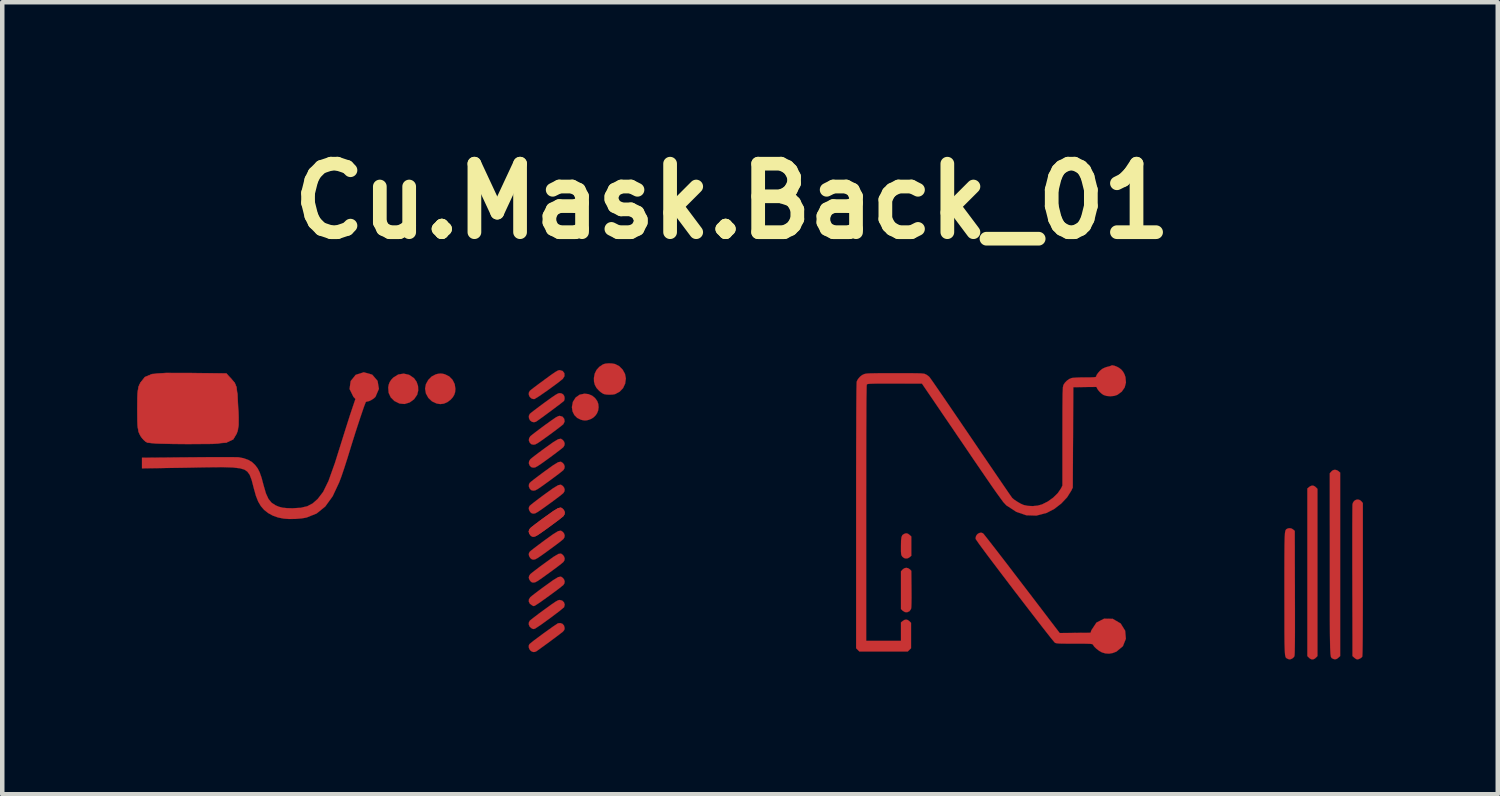
<source format=kicad_pcb>
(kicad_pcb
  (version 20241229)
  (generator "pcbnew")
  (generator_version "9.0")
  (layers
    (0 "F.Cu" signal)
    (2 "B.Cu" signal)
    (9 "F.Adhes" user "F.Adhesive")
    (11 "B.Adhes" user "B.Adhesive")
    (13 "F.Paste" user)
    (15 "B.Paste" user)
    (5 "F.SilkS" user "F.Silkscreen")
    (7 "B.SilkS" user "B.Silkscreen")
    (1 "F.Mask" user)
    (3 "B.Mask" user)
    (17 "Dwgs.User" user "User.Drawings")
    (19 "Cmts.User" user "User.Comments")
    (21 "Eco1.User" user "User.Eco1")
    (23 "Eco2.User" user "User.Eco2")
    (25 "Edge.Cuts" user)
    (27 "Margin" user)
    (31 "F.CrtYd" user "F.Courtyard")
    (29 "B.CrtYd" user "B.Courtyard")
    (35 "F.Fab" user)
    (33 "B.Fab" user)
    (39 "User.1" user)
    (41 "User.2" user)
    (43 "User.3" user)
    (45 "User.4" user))
  (footprint "Cu.Mask.Back_01"
    (layer "F.Cu")
    (at 13.239 8.048)
    (property "Reference" "Cu.Mask.Back_01" (at 0 -6.621 0) (layer "F.SilkS") (effects (font (size 1.524 1.524) (thickness 0.305))))
    (attr smd)
    (fp_poly (pts (xy -7.399 -2.119) (xy -7.513 -2.175) (xy -7.595 -2.256) (xy -7.642 -2.358) (xy -7.651 -2.476) (xy -7.64 -2.539) (xy -7.619 -2.595) (xy -7.585 -2.647) (xy -7.539 -2.696) (xy -7.429 -2.765) (xy -7.307 -2.785) (xy -7.186 -2.758) (xy -7.077 -2.684) (xy -7.02 -2.604) (xy -6.988 -2.51) (xy -6.983 -2.411) (xy -7.006 -2.316) (xy -7.075 -2.215) (xy -7.174 -2.143) (xy -7.287 -2.109) (xy -7.399 -2.119) (xy -7.399 -2.119)) (stroke (width 0.004) (type solid)) (fill yes) (layer "F.Cu"))
    (fp_poly (pts (xy -6.572 -2.119) (xy -6.676 -2.167) (xy -6.758 -2.244) (xy -6.812 -2.342) (xy -6.831 -2.452) (xy -6.812 -2.551) (xy -6.76 -2.645) (xy -6.684 -2.721) (xy -6.594 -2.768) (xy -6.538 -2.782) (xy -6.489 -2.787) (xy -6.441 -2.783) (xy -6.387 -2.769) (xy -6.294 -2.723) (xy -6.22 -2.648) (xy -6.172 -2.553) (xy -6.156 -2.445) (xy -6.162 -2.374) (xy -6.182 -2.312) (xy -6.216 -2.256) (xy -6.265 -2.202) (xy -6.337 -2.149) (xy -6.412 -2.117) (xy -6.491 -2.107) (xy -6.572 -2.119) (xy -6.572 -2.119)) (stroke (width 0.004) (type solid)) (fill yes) (layer "F.Cu"))
    (fp_poly (pts (xy -4.488 3.375) (xy -4.512 3.341) (xy -4.524 3.303) (xy -4.523 3.265) (xy -4.508 3.233) (xy -4.405 3.15) (xy -4.197 2.996) (xy -3.986 2.845) (xy -3.875 2.771) (xy -3.821 2.765) (xy -3.773 2.783) (xy -3.739 2.822) (xy -3.726 2.875) (xy -3.728 2.898) (xy -3.734 2.918) (xy -3.747 2.937) (xy -3.766 2.958) (xy -3.856 3.028) (xy -4.03 3.158) (xy -4.217 3.295) (xy -4.349 3.39) (xy -4.385 3.407) (xy -4.42 3.41) (xy -4.455 3.399) (xy -4.488 3.375) (xy -4.488 3.375)) (stroke (width 0.004) (type solid)) (fill yes) (layer "F.Cu"))
    (fp_poly (pts (xy -4.464 -2.233) (xy -4.502 -2.266) (xy -4.522 -2.31) (xy -4.523 -2.357) (xy -4.502 -2.4) (xy -4.47 -2.427) (xy -4.399 -2.482) (xy -4.299 -2.557) (xy -4.181 -2.644) (xy -4.022 -2.76) (xy -3.925 -2.826) (xy -3.87 -2.856) (xy -3.835 -2.863) (xy -3.769 -2.843) (xy -3.731 -2.793) (xy -3.729 -2.729) (xy -3.766 -2.668) (xy -3.895 -2.566) (xy -4.099 -2.417) (xy -4.294 -2.282) (xy -4.395 -2.22) (xy -4.411 -2.219) (xy -4.43 -2.221) (xy -4.448 -2.226) (xy -4.464 -2.233) (xy -4.464 -2.233)) (stroke (width 0.004) (type solid)) (fill yes) (layer "F.Cu"))
    (fp_poly (pts (xy -4.464 2.88) (xy -4.502 2.847) (xy -4.522 2.804) (xy -4.523 2.757) (xy -4.502 2.714) (xy -4.47 2.687) (xy -4.399 2.632) (xy -4.3 2.556) (xy -4.182 2.47) (xy -4.022 2.354) (xy -3.925 2.288) (xy -3.87 2.258) (xy -3.835 2.251) (xy -3.779 2.266) (xy -3.74 2.304) (xy -3.724 2.356) (xy -3.738 2.413) (xy -3.838 2.496) (xy -4.047 2.654) (xy -4.262 2.809) (xy -4.38 2.887) (xy -4.405 2.896) (xy -4.422 2.898) (xy -4.44 2.893) (xy -4.464 2.88) (xy -4.464 2.88)) (stroke (width 0.004) (type solid)) (fill yes) (layer "F.Cu"))
    (fp_poly (pts (xy -4.454 2.369) (xy -4.501 2.333) (xy -4.523 2.287) (xy -4.52 2.238) (xy -4.49 2.19) (xy -4.454 2.16) (xy -4.382 2.104) (xy -4.284 2.03) (xy -4.17 1.946) (xy -3.98 1.81) (xy -3.87 1.743) (xy -3.808 1.732) (xy -3.764 1.762) (xy -3.736 1.8) (xy -3.725 1.841) (xy -3.731 1.882) (xy -3.754 1.919) (xy -3.862 2.005) (xy -4.068 2.157) (xy -4.273 2.304) (xy -4.383 2.376) (xy -4.404 2.385) (xy -4.416 2.387) (xy -4.43 2.382) (xy -4.454 2.369) (xy -4.454 2.369)) (stroke (width 0.004) (type solid)) (fill yes) (layer "F.Cu"))
    (fp_poly (pts (xy -3.364 -1.759) (xy -3.447 -1.8) (xy -3.51 -1.863) (xy -3.55 -1.944) (xy -3.564 -2.04) (xy -3.542 -2.157) (xy -3.482 -2.252) (xy -3.392 -2.316) (xy -3.282 -2.339) (xy -3.194 -2.328) (xy -3.115 -2.295) (xy -3.049 -2.242) (xy -2.999 -2.172) (xy -2.976 -2.107) (xy -2.97 -2.035) (xy -2.98 -1.964) (xy -3.006 -1.9) (xy -3.041 -1.851) (xy -3.082 -1.811) (xy -3.13 -1.78) (xy -3.185 -1.758) (xy -3.233 -1.746) (xy -3.274 -1.742) (xy -3.315 -1.747) (xy -3.364 -1.759) (xy -3.364 -1.759)) (stroke (width 0.004) (type solid)) (fill yes) (layer "F.Cu"))
    (fp_poly (pts (xy -4.492 0.292) (xy -4.513 0.259) (xy -4.523 0.224) (xy -4.52 0.191) (xy -4.505 0.159) (xy -4.474 0.132) (xy -4.404 0.076) (xy -4.304 0.000113) (xy -4.186 -0.088) (xy -3.987 -0.231) (xy -3.872 -0.301) (xy -3.809 -0.314) (xy -3.764 -0.283) (xy -3.736 -0.245) (xy -3.725 -0.204) (xy -3.731 -0.164) (xy -3.754 -0.127) (xy -3.788 -0.098) (xy -3.859 -0.042) (xy -3.958 0.032) (xy -4.074 0.117) (xy -4.229 0.229) (xy -4.324 0.293) (xy -4.378 0.323) (xy -4.413 0.33) (xy -4.437 0.328) (xy -4.457 0.322) (xy -4.474 0.311) (xy -4.492 0.292) (xy -4.492 0.292)) (stroke (width 0.004) (type solid)) (fill yes) (layer "F.Cu"))
    (fp_poly (pts (xy -4.492 1.315) (xy -4.513 1.281) (xy -4.523 1.247) (xy -4.52 1.214) (xy -4.506 1.183) (xy -4.475 1.155) (xy -4.405 1.1) (xy -4.305 1.024) (xy -4.187 0.936) (xy -3.987 0.792) (xy -3.872 0.721) (xy -3.809 0.709) (xy -3.764 0.739) (xy -3.736 0.777) (xy -3.725 0.818) (xy -3.731 0.859) (xy -3.754 0.896) (xy -3.788 0.925) (xy -3.859 0.981) (xy -3.958 1.055) (xy -4.074 1.14) (xy -4.229 1.252) (xy -4.323 1.316) (xy -4.378 1.346) (xy -4.412 1.353) (xy -4.437 1.351) (xy -4.456 1.345) (xy -4.474 1.333) (xy -4.492 1.315) (xy -4.492 1.315)) (stroke (width 0.004) (type solid)) (fill yes) (layer "F.Cu"))
    (fp_poly (pts (xy -4.475 -1.22) (xy -4.508 -1.258) (xy -4.522 -1.302) (xy -4.516 -1.347) (xy -4.49 -1.39) (xy -4.454 -1.42) (xy -4.381 -1.477) (xy -4.283 -1.551) (xy -4.169 -1.636) (xy -4.016 -1.746) (xy -3.922 -1.81) (xy -3.868 -1.838) (xy -3.834 -1.845) (xy -3.773 -1.827) (xy -3.735 -1.78) (xy -3.726 -1.719) (xy -3.754 -1.66) (xy -3.788 -1.631) (xy -3.859 -1.576) (xy -3.958 -1.501) (xy -4.073 -1.416) (xy -4.227 -1.305) (xy -4.321 -1.241) (xy -4.376 -1.211) (xy -4.41 -1.204) (xy -4.429 -1.206) (xy -4.448 -1.209) (xy -4.464 -1.214) (xy -4.475 -1.22) (xy -4.475 -1.22)) (stroke (width 0.004) (type solid)) (fill yes) (layer "F.Cu"))
    (fp_poly (pts (xy -4.475 -0.709) (xy -4.508 -0.746) (xy -4.522 -0.79) (xy -4.516 -0.836) (xy -4.49 -0.878) (xy -4.454 -0.909) (xy -4.382 -0.965) (xy -4.284 -1.039) (xy -4.17 -1.123) (xy -3.98 -1.259) (xy -3.87 -1.325) (xy -3.808 -1.336) (xy -3.764 -1.306) (xy -3.736 -1.268) (xy -3.725 -1.227) (xy -3.731 -1.187) (xy -3.754 -1.149) (xy -3.788 -1.12) (xy -3.859 -1.065) (xy -3.958 -0.99) (xy -4.073 -0.905) (xy -4.227 -0.794) (xy -4.322 -0.73) (xy -4.376 -0.7) (xy -4.41 -0.693) (xy -4.429 -0.694) (xy -4.448 -0.698) (xy -4.464 -0.703) (xy -4.475 -0.709) (xy -4.475 -0.709)) (stroke (width 0.004) (type solid)) (fill yes) (layer "F.Cu"))
    (fp_poly (pts (xy -4.475 -0.197) (xy -4.505 -0.23) (xy -4.521 -0.271) (xy -4.521 -0.313) (xy -4.506 -0.351) (xy -4.475 -0.379) (xy -4.405 -0.434) (xy -4.305 -0.51) (xy -4.187 -0.598) (xy -3.987 -0.742) (xy -3.872 -0.813) (xy -3.809 -0.825) (xy -3.764 -0.795) (xy -3.736 -0.757) (xy -3.725 -0.716) (xy -3.731 -0.675) (xy -3.754 -0.638) (xy -3.788 -0.609) (xy -3.859 -0.553) (xy -3.958 -0.479) (xy -4.073 -0.394) (xy -4.227 -0.283) (xy -4.322 -0.218) (xy -4.376 -0.189) (xy -4.41 -0.182) (xy -4.429 -0.183) (xy -4.448 -0.186) (xy -4.464 -0.191) (xy -4.475 -0.197) (xy -4.475 -0.197)) (stroke (width 0.004) (type solid)) (fill yes) (layer "F.Cu"))
    (fp_poly (pts (xy -4.457 -1.715) (xy -4.497 -1.746) (xy -4.519 -1.792) (xy -4.522 -1.843) (xy -4.502 -1.888) (xy -4.47 -1.915) (xy -4.399 -1.97) (xy -4.299 -2.046) (xy -4.181 -2.133) (xy -4.022 -2.248) (xy -3.925 -2.314) (xy -3.869 -2.344) (xy -3.834 -2.351) (xy -3.791 -2.343) (xy -3.756 -2.32) (xy -3.734 -2.285) (xy -3.726 -2.24) (xy -3.728 -2.221) (xy -3.731 -2.203) (xy -3.736 -2.187) (xy -3.742 -2.176) (xy -3.825 -2.11) (xy -4.006 -1.974) (xy -4.206 -1.826) (xy -4.349 -1.724) (xy -4.374 -1.711) (xy -4.4 -1.705) (xy -4.427 -1.706) (xy -4.457 -1.715) (xy -4.457 -1.715)) (stroke (width 0.004) (type solid)) (fill yes) (layer "F.Cu"))
    (fp_poly (pts (xy -2.851 -2.33) (xy -2.873 -2.34) (xy -2.9 -2.357) (xy -2.93 -2.379) (xy -2.959 -2.404) (xy -3.016 -2.466) (xy -3.053 -2.533) (xy -3.072 -2.606) (xy -3.074 -2.689) (xy -3.056 -2.785) (xy -3.016 -2.867) (xy -2.955 -2.935) (xy -2.873 -2.99) (xy -2.819 -3.007) (xy -2.748 -3.014) (xy -2.672 -3.011) (xy -2.603 -2.998) (xy -2.511 -2.951) (xy -2.435 -2.874) (xy -2.383 -2.78) (xy -2.363 -2.678) (xy -2.379 -2.562) (xy -2.426 -2.461) (xy -2.502 -2.382) (xy -2.602 -2.329) (xy -2.655 -2.319) (xy -2.724 -2.316) (xy -2.795 -2.319) (xy -2.851 -2.33) (xy -2.851 -2.33)) (stroke (width 0.004) (type solid)) (fill yes) (layer "F.Cu"))
    (fp_poly (pts (xy -4.492 0.803) (xy -4.516 0.765) (xy -4.523 0.728) (xy -4.515 0.691) (xy -4.49 0.656) (xy -4.454 0.625) (xy -4.382 0.569) (xy -4.284 0.495) (xy -4.17 0.412) (xy -3.98 0.276) (xy -3.87 0.209) (xy -3.808 0.198) (xy -3.764 0.228) (xy -3.736 0.266) (xy -3.725 0.307) (xy -3.731 0.348) (xy -3.754 0.385) (xy -3.788 0.413) (xy -3.859 0.469) (xy -3.958 0.543) (xy -4.074 0.629) (xy -4.229 0.74) (xy -4.324 0.805) (xy -4.378 0.834) (xy -4.413 0.842) (xy -4.437 0.84) (xy -4.457 0.834) (xy -4.474 0.822) (xy -4.492 0.803) (xy -4.492 0.803) (xy -4.492 0.803) (xy -4.492 0.803) (xy -4.492 0.803)) (stroke (width 0.004) (type solid)) (fill yes) (layer "F.Cu"))
    (fp_poly (pts (xy -4.492 0.803) (xy -4.516 0.765) (xy -4.523 0.728) (xy -4.515 0.691) (xy -4.49 0.656) (xy -4.454 0.625) (xy -4.382 0.569) (xy -4.284 0.495) (xy -4.17 0.412) (xy -3.98 0.276) (xy -3.87 0.209) (xy -3.808 0.198) (xy -3.764 0.228) (xy -3.736 0.266) (xy -3.725 0.307) (xy -3.731 0.348) (xy -3.754 0.385) (xy -3.788 0.413) (xy -3.859 0.469) (xy -3.958 0.543) (xy -4.074 0.629) (xy -4.229 0.74) (xy -4.324 0.805) (xy -4.378 0.834) (xy -4.413 0.842) (xy -4.437 0.84) (xy -4.457 0.834) (xy -4.474 0.822) (xy -4.492 0.803) (xy -4.492 0.803) (xy -4.492 0.803) (xy -4.492 0.803) (xy -4.492 0.803)) (stroke (width 0.004) (type solid)) (fill yes) (layer "F.Cu"))
    (fp_poly (pts (xy -4.492 1.826) (xy -4.516 1.788) (xy -4.523 1.751) (xy -4.515 1.714) (xy -4.49 1.678) (xy -4.453 1.647) (xy -4.38 1.59) (xy -4.28 1.514) (xy -4.164 1.429) (xy -3.975 1.293) (xy -3.867 1.228) (xy -3.807 1.219) (xy -3.762 1.252) (xy -3.736 1.29) (xy -3.725 1.33) (xy -3.731 1.371) (xy -3.754 1.407) (xy -3.788 1.436) (xy -3.859 1.492) (xy -3.958 1.566) (xy -4.074 1.651) (xy -4.229 1.763) (xy -4.324 1.828) (xy -4.378 1.857) (xy -4.413 1.864) (xy -4.437 1.863) (xy -4.457 1.857) (xy -4.474 1.845) (xy -4.492 1.826) (xy -4.492 1.826) (xy -4.492 1.826) (xy -4.492 1.826) (xy -4.492 1.826)) (stroke (width 0.004) (type solid)) (fill yes) (layer "F.Cu"))
    (fp_poly (pts (xy 3.79 1.29) (xy 3.772 1.264) (xy 3.762 1.231) (xy 3.758 1.17) (xy 3.758 1.06) (xy 3.76 0.932) (xy 3.769 0.854) (xy 3.788 0.81) (xy 3.822 0.785) (xy 3.857 0.771) (xy 3.887 0.769) (xy 3.916 0.779) (xy 3.948 0.803) (xy 3.958 0.812) (xy 3.968 0.821) (xy 3.978 0.83) (xy 3.988 0.84) (xy 3.988 0.893) (xy 3.988 0.947) (xy 3.988 1) (xy 3.988 1.054) (xy 3.988 1.107) (xy 3.988 1.161) (xy 3.988 1.214) (xy 3.988 1.268) (xy 3.98 1.275) (xy 3.971 1.283) (xy 3.962 1.29) (xy 3.953 1.298) (xy 3.912 1.323) (xy 3.868 1.329) (xy 3.826 1.318) (xy 3.79 1.29) (xy 3.79 1.29)) (stroke (width 0.004) (type solid)) (fill yes) (layer "F.Cu"))
    (fp_poly (pts (xy 3.794 2.489) (xy 3.785 2.48) (xy 3.776 2.471) (xy 3.767 2.462) (xy 3.758 2.452) (xy 3.758 2.348) (xy 3.758 2.243) (xy 3.758 2.139) (xy 3.758 2.034) (xy 3.758 1.929) (xy 3.758 1.825) (xy 3.758 1.72) (xy 3.758 1.615) (xy 3.766 1.606) (xy 3.775 1.596) (xy 3.784 1.586) (xy 3.792 1.576) (xy 3.831 1.547) (xy 3.873 1.536) (xy 3.916 1.544) (xy 3.956 1.57) (xy 3.964 1.578) (xy 3.972 1.587) (xy 3.98 1.595) (xy 3.988 1.603) (xy 3.989 1.705) (xy 3.99 1.807) (xy 3.991 1.909) (xy 3.992 2.011) (xy 3.993 2.199) (xy 3.991 2.332) (xy 3.988 2.415) (xy 3.981 2.454) (xy 3.947 2.501) (xy 3.898 2.524) (xy 3.845 2.521) (xy 3.794 2.489) (xy 3.794 2.489)) (stroke (width 0.004) (type solid)) (fill yes) (layer "F.Cu"))
    (fp_poly (pts (xy -13.012 -1.253) (xy -13.049 -1.274) (xy -13.089 -1.309) (xy -13.128 -1.353) (xy -13.162 -1.4) (xy -13.199 -1.477) (xy -13.221 -1.579) (xy -13.23 -1.739) (xy -13.233 -1.992) (xy -13.23 -2.244) (xy -13.221 -2.404) (xy -13.2 -2.506) (xy -13.164 -2.582) (xy -13.064 -2.707) (xy -12.904 -2.774) (xy -12.599 -2.798) (xy -12.064 -2.797) (xy -11.861 -2.794) (xy -11.658 -2.792) (xy -11.455 -2.789) (xy -11.252 -2.786) (xy -11.223 -2.754) (xy -11.194 -2.722) (xy -11.164 -2.691) (xy -11.135 -2.659) (xy -11.067 -2.578) (xy -11.03 -2.488) (xy -11.009 -2.333) (xy -10.993 -2.058) (xy -10.982 -1.816) (xy -10.983 -1.652) (xy -10.996 -1.54) (xy -11.022 -1.456) (xy -11.101 -1.323) (xy -11.253 -1.252) (xy -11.562 -1.223) (xy -12.111 -1.219) (xy -12.437 -1.222) (xy -12.715 -1.23) (xy -12.917 -1.24) (xy -13.012 -1.253)) (stroke (width 0.012) (type solid)) (fill yes) (layer "F.Cu"))
    (fp_poly (pts (xy 12.353 3.556) (xy 12.331 3.543) (xy 12.315 3.521) (xy 12.304 3.47) (xy 12.297 3.371) (xy 12.292 3.205) (xy 12.29 2.954) (xy 12.29 2.597) (xy 12.289 2.116) (xy 12.289 1.634) (xy 12.29 1.276) (xy 12.292 1.022) (xy 12.296 0.855) (xy 12.303 0.754) (xy 12.314 0.702) (xy 12.33 0.679) (xy 12.351 0.667) (xy 12.367 0.661) (xy 12.384 0.656) (xy 12.401 0.655) (xy 12.419 0.656) (xy 12.437 0.659) (xy 12.454 0.665) (xy 12.47 0.674) (xy 12.485 0.685) (xy 12.489 0.688) (xy 12.494 0.692) (xy 12.498 0.696) (xy 12.502 0.7) (xy 12.507 0.703) (xy 12.511 0.707) (xy 12.515 0.711) (xy 12.52 0.715) (xy 12.52 0.887) (xy 12.521 1.059) (xy 12.521 1.231) (xy 12.521 1.403) (xy 12.522 1.575) (xy 12.522 1.747) (xy 12.523 1.919) (xy 12.523 2.091) (xy 12.524 2.443) (xy 12.524 2.738) (xy 12.524 2.979) (xy 12.523 3.169) (xy 12.521 3.313) (xy 12.519 3.414) (xy 12.516 3.476) (xy 12.512 3.502) (xy 12.505 3.515) (xy 12.494 3.528) (xy 12.482 3.54) (xy 12.467 3.551) (xy 12.452 3.56) (xy 12.436 3.567) (xy 12.42 3.571) (xy 12.405 3.573) (xy 12.4 3.572) (xy 12.394 3.571) (xy 12.387 3.57) (xy 12.38 3.567) (xy 12.373 3.565) (xy 12.366 3.562) (xy 12.359 3.559) (xy 12.353 3.556) (xy 12.353 3.556)) (stroke (width 0.004) (type solid)) (fill yes) (layer "F.Cu"))
    (fp_poly (pts (xy 13.845 3.537) (xy 13.84 3.532) (xy 13.835 3.528) (xy 13.83 3.523) (xy 13.825 3.519) (xy 13.82 3.514) (xy 13.815 3.509) (xy 13.81 3.505) (xy 13.804 3.5) (xy 13.804 3.292) (xy 13.804 3.083) (xy 13.803 2.874) (xy 13.803 2.666) (xy 13.802 2.457) (xy 13.802 2.248) (xy 13.801 2.04) (xy 13.801 1.831) (xy 13.8 1.495) (xy 13.8 1.18) (xy 13.8 0.892) (xy 13.8 0.64) (xy 13.801 0.429) (xy 13.802 0.268) (xy 13.803 0.162) (xy 13.805 0.12) (xy 13.816 0.085) (xy 13.835 0.057) (xy 13.859 0.035) (xy 13.887 0.022) (xy 13.917 0.017) (xy 13.948 0.021) (xy 13.977 0.034) (xy 14.003 0.057) (xy 14.007 0.062) (xy 14.011 0.066) (xy 14.015 0.071) (xy 14.019 0.076) (xy 14.023 0.081) (xy 14.027 0.086) (xy 14.031 0.09) (xy 14.035 0.095) (xy 14.035 0.307) (xy 14.035 0.519) (xy 14.035 0.731) (xy 14.035 0.943) (xy 14.035 1.155) (xy 14.035 1.367) (xy 14.035 1.579) (xy 14.035 1.791) (xy 14.035 2.192) (xy 14.034 2.539) (xy 14.033 2.832) (xy 14.032 3.073) (xy 14.03 3.261) (xy 14.028 3.396) (xy 14.025 3.48) (xy 14.022 3.511) (xy 14.015 3.522) (xy 14.004 3.533) (xy 13.99 3.543) (xy 13.975 3.553) (xy 13.958 3.561) (xy 13.942 3.567) (xy 13.926 3.572) (xy 13.911 3.573) (xy 13.905 3.572) (xy 13.898 3.57) (xy 13.89 3.567) (xy 13.881 3.562) (xy 13.872 3.557) (xy 13.863 3.551) (xy 13.854 3.544) (xy 13.845 3.537) (xy 13.845 3.537)) (stroke (width 0.004) (type solid)) (fill yes) (layer "F.Cu"))
    (fp_poly (pts (xy 13.363 3.556) (xy 13.341 3.544) (xy 13.325 3.518) (xy 13.314 3.449) (xy 13.307 3.308) (xy 13.303 3.066) (xy 13.3 2.697) (xy 13.3 2.17) (xy 13.3 1.457) (xy 13.3 1.204) (xy 13.3 0.951) (xy 13.3 0.698) (xy 13.299 0.445) (xy 13.299 0.193) (xy 13.299 -0.06) (xy 13.299 -0.313) (xy 13.299 -0.566) (xy 13.303 -0.571) (xy 13.307 -0.575) (xy 13.311 -0.58) (xy 13.315 -0.585) (xy 13.319 -0.59) (xy 13.323 -0.595) (xy 13.328 -0.599) (xy 13.332 -0.604) (xy 13.348 -0.621) (xy 13.367 -0.633) (xy 13.388 -0.641) (xy 13.409 -0.644) (xy 13.431 -0.643) (xy 13.453 -0.637) (xy 13.475 -0.627) (xy 13.495 -0.613) (xy 13.499 -0.609) (xy 13.504 -0.605) (xy 13.508 -0.601) (xy 13.512 -0.597) (xy 13.517 -0.594) (xy 13.521 -0.59) (xy 13.526 -0.586) (xy 13.53 -0.582) (xy 13.53 -0.327) (xy 13.53 -0.072) (xy 13.53 0.183) (xy 13.53 0.438) (xy 13.53 0.693) (xy 13.53 0.949) (xy 13.53 1.204) (xy 13.53 1.459) (xy 13.53 1.714) (xy 13.53 1.969) (xy 13.53 2.224) (xy 13.53 2.48) (xy 13.53 2.735) (xy 13.53 2.99) (xy 13.53 3.245) (xy 13.53 3.5) (xy 13.525 3.505) (xy 13.52 3.509) (xy 13.515 3.514) (xy 13.51 3.519) (xy 13.505 3.523) (xy 13.499 3.528) (xy 13.494 3.532) (xy 13.489 3.537) (xy 13.473 3.55) (xy 13.457 3.56) (xy 13.442 3.567) (xy 13.427 3.571) (xy 13.412 3.571) (xy 13.396 3.569) (xy 13.38 3.564) (xy 13.363 3.556) (xy 13.363 3.556) (xy 13.363 3.556) (xy 13.363 3.556) (xy 13.363 3.556) (xy 13.363 3.556) (xy 13.363 3.556) (xy 13.363 3.556) (xy 13.363 3.556)) (stroke (width 0.004) (type solid)) (fill yes) (layer "F.Cu"))
    (fp_poly (pts (xy 8.23 3.418) (xy 8.169 3.384) (xy 8.107 3.337) (xy 8.056 3.287) (xy 8.029 3.246) (xy 8.015 3.234) (xy 7.962 3.227) (xy 7.841 3.224) (xy 7.62 3.224) (xy 7.401 3.223) (xy 7.329 3.222) (xy 7.276 3.22) (xy 7.238 3.217) (xy 7.213 3.213) (xy 7.195 3.208) (xy 7.181 3.201) (xy 7.093 3.096) (xy 6.889 2.836) (xy 6.608 2.472) (xy 6.289 2.057) (xy 5.972 1.64) (xy 5.695 1.274) (xy 5.499 1.009) (xy 5.422 0.898) (xy 5.419 0.881) (xy 5.42 0.863) (xy 5.424 0.845) (xy 5.431 0.827) (xy 5.44 0.81) (xy 5.452 0.795) (xy 5.465 0.782) (xy 5.48 0.772) (xy 5.496 0.765) (xy 5.511 0.759) (xy 5.525 0.756) (xy 5.538 0.755) (xy 5.551 0.756) (xy 5.563 0.76) (xy 5.575 0.765) (xy 5.588 0.773) (xy 5.61 0.799) (xy 5.664 0.867) (xy 5.746 0.972) (xy 5.853 1.109) (xy 5.98 1.274) (xy 6.125 1.462) (xy 6.283 1.669) (xy 6.452 1.89) (xy 6.557 2.027) (xy 6.662 2.164) (xy 6.766 2.301) (xy 6.871 2.438) (xy 6.976 2.576) (xy 7.08 2.713) (xy 7.185 2.85) (xy 7.29 2.987) (xy 7.333 2.987) (xy 7.376 2.986) (xy 7.461 2.986) (xy 7.547 2.985) (xy 7.633 2.984) (xy 7.719 2.983) (xy 7.804 2.982) (xy 7.89 2.982) (xy 7.976 2.981) (xy 7.981 2.967) (xy 7.985 2.953) (xy 7.99 2.939) (xy 7.995 2.925) (xy 8.107 2.755) (xy 8.278 2.668) (xy 8.47 2.671) (xy 8.647 2.775) (xy 8.747 2.937) (xy 8.762 3.115) (xy 8.696 3.28) (xy 8.553 3.4) (xy 8.469 3.432) (xy 8.388 3.446) (xy 8.308 3.441) (xy 8.23 3.418) (xy 8.23 3.418) (xy 8.23 3.418) (xy 8.23 3.418) (xy 8.23 3.418)) (stroke (width 0.004) (type solid)) (fill yes) (layer "F.Cu"))
    (fp_poly (pts (xy 12.837 3.537) (xy 12.832 3.532) (xy 12.828 3.528) (xy 12.823 3.523) (xy 12.819 3.518) (xy 12.814 3.514) (xy 12.809 3.509) (xy 12.805 3.505) (xy 12.8 3.5) (xy 12.8 3.267) (xy 12.8 3.034) (xy 12.8 2.801) (xy 12.8 2.568) (xy 12.8 2.335) (xy 12.8 2.102) (xy 12.8 1.869) (xy 12.8 1.636) (xy 12.8 1.403) (xy 12.8 1.17) (xy 12.8 0.936) (xy 12.8 0.703) (xy 12.8 0.47) (xy 12.8 0.237) (xy 12.8 0.004) (xy 12.8 -0.229) (xy 12.805 -0.233) (xy 12.81 -0.237) (xy 12.815 -0.241) (xy 12.82 -0.245) (xy 12.824 -0.249) (xy 12.829 -0.253) (xy 12.834 -0.257) (xy 12.839 -0.261) (xy 12.858 -0.275) (xy 12.878 -0.285) (xy 12.897 -0.291) (xy 12.916 -0.293) (xy 12.934 -0.29) (xy 12.953 -0.283) (xy 12.971 -0.272) (xy 12.988 -0.257) (xy 12.993 -0.252) (xy 12.998 -0.248) (xy 13.002 -0.243) (xy 13.007 -0.239) (xy 13.011 -0.234) (xy 13.016 -0.23) (xy 13.02 -0.225) (xy 13.025 -0.22) (xy 13.025 0.012) (xy 13.025 0.245) (xy 13.025 0.477) (xy 13.025 0.71) (xy 13.025 0.942) (xy 13.025 1.175) (xy 13.025 1.407) (xy 13.025 1.64) (xy 13.025 1.872) (xy 13.025 2.105) (xy 13.025 2.337) (xy 13.025 2.57) (xy 13.025 2.803) (xy 13.025 3.035) (xy 13.025 3.268) (xy 13.025 3.5) (xy 13.02 3.505) (xy 13.016 3.509) (xy 13.011 3.514) (xy 13.007 3.518) (xy 13.002 3.523) (xy 12.998 3.528) (xy 12.993 3.532) (xy 12.988 3.537) (xy 12.979 3.545) (xy 12.97 3.553) (xy 12.961 3.559) (xy 12.951 3.564) (xy 12.942 3.568) (xy 12.932 3.571) (xy 12.923 3.573) (xy 12.913 3.573) (xy 12.903 3.573) (xy 12.893 3.571) (xy 12.883 3.568) (xy 12.874 3.564) (xy 12.865 3.559) (xy 12.855 3.553) (xy 12.846 3.545) (xy 12.837 3.537) (xy 12.837 3.537)) (stroke (width 0.004) (type solid)) (fill yes) (layer "F.Cu"))
    (fp_poly (pts (xy -9.972 0.442) (xy -10.104 0.416) (xy -10.221 0.374) (xy -10.324 0.317) (xy -10.414 0.245) (xy -10.485 0.163) (xy -10.545 0.061) (xy -10.595 -0.066) (xy -10.64 -0.227) (xy -10.689 -0.416) (xy -10.734 -0.534) (xy -10.785 -0.604) (xy -10.854 -0.65) (xy -10.951 -0.678) (xy -11.108 -0.696) (xy -11.339 -0.703) (xy -11.658 -0.7) (xy -11.853 -0.697) (xy -12.094 -0.692) (xy -12.35 -0.688) (xy -12.591 -0.685) (xy -12.726 -0.682) (xy -12.86 -0.68) (xy -12.995 -0.678) (xy -13.13 -0.676) (xy -13.13 -0.706) (xy -13.13 -0.736) (xy -13.13 -0.765) (xy -13.13 -0.795) (xy -13.13 -0.825) (xy -13.13 -0.854) (xy -13.13 -0.884) (xy -13.13 -0.914) (xy -12.871 -0.916) (xy -12.611 -0.918) (xy -12.351 -0.921) (xy -12.092 -0.923) (xy -11.683 -0.926) (xy -11.336 -0.927) (xy -11.09 -0.926) (xy -10.979 -0.924) (xy -10.867 -0.902) (xy -10.766 -0.866) (xy -10.68 -0.815) (xy -10.612 -0.751) (xy -10.556 -0.677) (xy -10.511 -0.588) (xy -10.469 -0.468) (xy -10.424 -0.299) (xy -10.372 -0.12) (xy -10.315 0.004) (xy -10.246 0.088) (xy -10.155 0.147) (xy -10.08 0.178) (xy -10.001 0.198) (xy -9.905 0.208) (xy -9.781 0.211) (xy -9.598 0.2) (xy -9.452 0.166) (xy -9.331 0.102) (xy -9.221 0.005) (xy -9.098 -0.155) (xy -8.98 -0.397) (xy -8.836 -0.8) (xy -8.635 -1.441) (xy -8.592 -1.578) (xy -8.545 -1.726) (xy -8.5 -1.867) (xy -8.461 -1.983) (xy -8.441 -2.043) (xy -8.421 -2.102) (xy -8.401 -2.161) (xy -8.381 -2.22) (xy -8.392 -2.233) (xy -8.404 -2.246) (xy -8.416 -2.258) (xy -8.427 -2.271) (xy -8.511 -2.443) (xy -8.487 -2.619) (xy -8.375 -2.758) (xy -8.194 -2.815) (xy -8.007 -2.762) (xy -7.888 -2.624) (xy -7.858 -2.445) (xy -7.935 -2.267) (xy -7.973 -2.232) (xy -8.024 -2.199) (xy -8.075 -2.174) (xy -8.114 -2.164) (xy -8.124 -2.163) (xy -8.135 -2.16) (xy -8.144 -2.155) (xy -8.151 -2.149) (xy -8.193 -2.04) (xy -8.276 -1.796) (xy -8.377 -1.488) (xy -8.472 -1.185) (xy -8.557 -0.908) (xy -8.63 -0.681) (xy -8.691 -0.5) (xy -8.742 -0.365) (xy -8.887 -0.056) (xy -9.052 0.172) (xy -9.243 0.327) (xy -9.469 0.418) (xy -9.579 0.437) (xy -9.717 0.448) (xy -9.857 0.45) (xy -9.972 0.442) (xy -9.972 0.442)) (stroke (width 0.004) (type solid)) (fill yes) (layer "F.Cu"))
    (fp_poly (pts (xy 2.796 3.362) (xy 2.792 3.357) (xy 2.787 3.353) (xy 2.783 3.348) (xy 2.778 3.344) (xy 2.774 3.339) (xy 2.769 3.335) (xy 2.764 3.33) (xy 2.76 3.326) (xy 2.76 2.958) (xy 2.76 2.774) (xy 2.76 2.59) (xy 2.76 2.406) (xy 2.76 2.223) (xy 2.76 2.039) (xy 2.76 1.855) (xy 2.76 1.671) (xy 2.76 1.487) (xy 2.76 1.303) (xy 2.76 1.12) (xy 2.76 0.936) (xy 2.76 0.752) (xy 2.76 0.568) (xy 2.76 0.384) (xy 2.76 0.037) (xy 2.76 -0.289) (xy 2.76 -0.596) (xy 2.761 -0.881) (xy 2.761 -1.146) (xy 2.762 -1.389) (xy 2.763 -1.611) (xy 2.763 -1.812) (xy 2.764 -1.99) (xy 2.765 -2.146) (xy 2.767 -2.391) (xy 2.77 -2.543) (xy 2.772 -2.602) (xy 2.782 -2.627) (xy 2.795 -2.652) (xy 2.813 -2.677) (xy 2.833 -2.701) (xy 2.856 -2.724) (xy 2.88 -2.743) (xy 2.906 -2.759) (xy 2.932 -2.771) (xy 2.953 -2.778) (xy 2.981 -2.784) (xy 3.021 -2.788) (xy 3.08 -2.791) (xy 3.164 -2.792) (xy 3.278 -2.794) (xy 3.627 -2.794) (xy 3.992 -2.794) (xy 4.187 -2.791) (xy 4.273 -2.783) (xy 4.313 -2.767) (xy 4.335 -2.754) (xy 4.358 -2.738) (xy 4.379 -2.721) (xy 4.395 -2.705) (xy 4.478 -2.588) (xy 4.68 -2.295) (xy 4.815 -2.097) (xy 4.969 -1.871) (xy 5.137 -1.624) (xy 5.317 -1.36) (xy 5.496 -1.096) (xy 5.664 -0.849) (xy 5.817 -0.624) (xy 5.952 -0.426) (xy 6.065 -0.261) (xy 6.151 -0.135) (xy 6.232 -0.02) (xy 6.279 0.021) (xy 6.349 0.067) (xy 6.424 0.11) (xy 6.49 0.139) (xy 6.583 0.158) (xy 6.691 0.163) (xy 6.799 0.152) (xy 6.895 0.126) (xy 7.025 0.061) (xy 7.146 -0.026) (xy 7.248 -0.127) (xy 7.319 -0.231) (xy 7.327 -0.246) (xy 7.334 -0.262) (xy 7.342 -0.277) (xy 7.35 -0.293) (xy 7.35 -0.566) (xy 7.35 -0.84) (xy 7.35 -1.114) (xy 7.35 -1.387) (xy 7.351 -1.997) (xy 7.354 -2.331) (xy 7.361 -2.48) (xy 7.373 -2.533) (xy 7.405 -2.582) (xy 7.45 -2.628) (xy 7.502 -2.665) (xy 7.556 -2.687) (xy 7.596 -2.692) (xy 7.665 -2.697) (xy 7.754 -2.7) (xy 7.854 -2.701) (xy 7.974 -2.701) (xy 8.049 -2.704) (xy 8.087 -2.709) (xy 8.098 -2.717) (xy 8.111 -2.753) (xy 8.144 -2.801) (xy 8.187 -2.849) (xy 8.231 -2.886) (xy 8.259 -2.902) (xy 8.292 -2.917) (xy 8.326 -2.93) (xy 8.358 -2.938) (xy 8.386 -2.945) (xy 8.41 -2.952) (xy 8.428 -2.959) (xy 8.436 -2.965) (xy 8.46 -2.97) (xy 8.507 -2.96) (xy 8.563 -2.939) (xy 8.614 -2.911) (xy 8.662 -2.873) (xy 8.701 -2.826) (xy 8.731 -2.771) (xy 8.753 -2.707) (xy 8.764 -2.587) (xy 8.736 -2.478) (xy 8.671 -2.384) (xy 8.572 -2.312) (xy 8.502 -2.289) (xy 8.418 -2.281) (xy 8.334 -2.288) (xy 8.265 -2.31) (xy 8.223 -2.339) (xy 8.181 -2.377) (xy 8.145 -2.419) (xy 8.12 -2.459) (xy 8.117 -2.467) (xy 8.113 -2.474) (xy 8.11 -2.482) (xy 8.106 -2.489) (xy 8.042 -2.488) (xy 7.978 -2.487) (xy 7.914 -2.487) (xy 7.85 -2.486) (xy 7.786 -2.485) (xy 7.721 -2.484) (xy 7.657 -2.483) (xy 7.593 -2.482) (xy 7.592 -2.203) (xy 7.59 -1.924) (xy 7.588 -1.645) (xy 7.587 -1.366) (xy 7.585 -1.087) (xy 7.584 -0.808) (xy 7.582 -0.529) (xy 7.581 -0.25) (xy 7.573 -0.233) (xy 7.564 -0.215) (xy 7.556 -0.198) (xy 7.548 -0.181) (xy 7.455 -0.033) (xy 7.324 0.106) (xy 7.169 0.226) (xy 7 0.314) (xy 6.771 0.374) (xy 6.547 0.367) (xy 6.325 0.291) (xy 6.102 0.146) (xy 6.035 0.074) (xy 5.892 -0.122) (xy 5.772 -0.293) (xy 5.61 -0.529) (xy 5.397 -0.84) (xy 5.127 -1.238) (xy 5.014 -1.403) (xy 4.902 -1.569) (xy 4.789 -1.734) (xy 4.676 -1.9) (xy 4.564 -2.065) (xy 4.451 -2.231) (xy 4.225 -2.562) (xy 4.074 -2.562) (xy 3.922 -2.562) (xy 3.77 -2.563) (xy 3.618 -2.563) (xy 3.274 -2.563) (xy 3.166 -2.562) (xy 3.092 -2.56) (xy 3.044 -2.557) (xy 3.017 -2.553) (xy 3.003 -2.547) (xy 2.997 -2.539) (xy 2.994 -2.491) (xy 2.992 -2.357) (xy 2.99 -2.257) (xy 2.989 -2.136) (xy 2.988 -1.992) (xy 2.988 -1.827) (xy 2.987 -1.638) (xy 2.986 -1.428) (xy 2.986 -1.194) (xy 2.985 -0.937) (xy 2.985 -0.657) (xy 2.985 -0.354) (xy 2.984 -0.027) (xy 2.984 0.323) (xy 2.984 0.501) (xy 2.984 0.678) (xy 2.984 0.855) (xy 2.984 1.033) (xy 2.984 1.21) (xy 2.984 1.388) (xy 2.984 1.565) (xy 2.984 1.742) (xy 2.984 1.92) (xy 2.984 2.097) (xy 2.984 2.275) (xy 2.984 2.452) (xy 2.984 2.629) (xy 2.984 2.807) (xy 2.984 3.162) (xy 3.033 3.162) (xy 3.081 3.162) (xy 3.129 3.162) (xy 3.178 3.162) (xy 3.226 3.162) (xy 3.274 3.162) (xy 3.371 3.162) (xy 3.468 3.162) (xy 3.564 3.162) (xy 3.661 3.162) (xy 3.758 3.162) (xy 3.758 3.11) (xy 3.758 3.059) (xy 3.758 3.008) (xy 3.758 2.957) (xy 3.758 2.906) (xy 3.758 2.854) (xy 3.758 2.803) (xy 3.758 2.752) (xy 3.767 2.744) (xy 3.777 2.736) (xy 3.787 2.728) (xy 3.796 2.72) (xy 3.835 2.696) (xy 3.873 2.688) (xy 3.91 2.698) (xy 3.946 2.724) (xy 3.955 2.733) (xy 3.964 2.742) (xy 3.973 2.751) (xy 3.982 2.76) (xy 3.982 2.831) (xy 3.982 2.902) (xy 3.982 2.972) (xy 3.982 3.043) (xy 3.982 3.114) (xy 3.982 3.184) (xy 3.982 3.255) (xy 3.982 3.326) (xy 3.973 3.335) (xy 3.964 3.344) (xy 3.955 3.353) (xy 3.946 3.362) (xy 3.937 3.371) (xy 3.928 3.38) (xy 3.918 3.389) (xy 3.909 3.399) (xy 3.775 3.399) (xy 3.64 3.399) (xy 3.506 3.399) (xy 3.371 3.399) (xy 3.237 3.399) (xy 3.169 3.399) (xy 3.102 3.399) (xy 3.035 3.399) (xy 2.967 3.399) (xy 2.9 3.399) (xy 2.833 3.399) (xy 2.828 3.394) (xy 2.824 3.389) (xy 2.819 3.385) (xy 2.815 3.38) (xy 2.81 3.376) (xy 2.806 3.371) (xy 2.801 3.367) (xy 2.796 3.362)) (stroke (width 0.004) (type solid)) (fill yes) (layer "F.Cu"))
    (fp_poly (pts (xy -7.399 -2.119) (xy -7.513 -2.175) (xy -7.595 -2.256) (xy -7.642 -2.358) (xy -7.651 -2.476) (xy -7.64 -2.539) (xy -7.619 -2.595) (xy -7.585 -2.647) (xy -7.539 -2.696) (xy -7.429 -2.765) (xy -7.307 -2.785) (xy -7.186 -2.758) (xy -7.077 -2.684) (xy -7.02 -2.604) (xy -6.988 -2.51) (xy -6.983 -2.411) (xy -7.006 -2.316) (xy -7.075 -2.215) (xy -7.174 -2.143) (xy -7.287 -2.109) (xy -7.399 -2.119) (xy -7.399 -2.119)) (stroke (width 0.004) (type solid)) (fill yes) (layer "F.Mask"))
    (fp_poly (pts (xy -6.572 -2.119) (xy -6.676 -2.167) (xy -6.758 -2.244) (xy -6.812 -2.342) (xy -6.831 -2.452) (xy -6.812 -2.551) (xy -6.76 -2.645) (xy -6.684 -2.721) (xy -6.594 -2.768) (xy -6.538 -2.782) (xy -6.489 -2.787) (xy -6.441 -2.783) (xy -6.387 -2.769) (xy -6.294 -2.723) (xy -6.22 -2.648) (xy -6.172 -2.553) (xy -6.156 -2.445) (xy -6.162 -2.374) (xy -6.182 -2.312) (xy -6.216 -2.256) (xy -6.265 -2.202) (xy -6.337 -2.149) (xy -6.412 -2.117) (xy -6.491 -2.107) (xy -6.572 -2.119) (xy -6.572 -2.119)) (stroke (width 0.004) (type solid)) (fill yes) (layer "F.Mask"))
    (fp_poly (pts (xy -4.488 3.375) (xy -4.512 3.341) (xy -4.524 3.303) (xy -4.523 3.265) (xy -4.508 3.233) (xy -4.405 3.15) (xy -4.197 2.996) (xy -3.986 2.845) (xy -3.875 2.771) (xy -3.821 2.765) (xy -3.773 2.783) (xy -3.739 2.822) (xy -3.726 2.875) (xy -3.728 2.898) (xy -3.734 2.918) (xy -3.747 2.937) (xy -3.766 2.958) (xy -3.856 3.028) (xy -4.03 3.158) (xy -4.217 3.295) (xy -4.349 3.39) (xy -4.385 3.407) (xy -4.42 3.41) (xy -4.455 3.399) (xy -4.488 3.375) (xy -4.488 3.375)) (stroke (width 0.004) (type solid)) (fill yes) (layer "F.Mask"))
    (fp_poly (pts (xy -4.464 -2.233) (xy -4.502 -2.266) (xy -4.522 -2.31) (xy -4.523 -2.357) (xy -4.502 -2.4) (xy -4.47 -2.427) (xy -4.399 -2.482) (xy -4.299 -2.557) (xy -4.181 -2.644) (xy -4.022 -2.76) (xy -3.925 -2.826) (xy -3.87 -2.856) (xy -3.835 -2.863) (xy -3.769 -2.843) (xy -3.731 -2.793) (xy -3.729 -2.729) (xy -3.766 -2.668) (xy -3.895 -2.566) (xy -4.099 -2.417) (xy -4.294 -2.282) (xy -4.395 -2.22) (xy -4.411 -2.219) (xy -4.43 -2.221) (xy -4.448 -2.226) (xy -4.464 -2.233) (xy -4.464 -2.233)) (stroke (width 0.004) (type solid)) (fill yes) (layer "F.Mask"))
    (fp_poly (pts (xy -4.464 2.88) (xy -4.502 2.847) (xy -4.522 2.804) (xy -4.523 2.757) (xy -4.502 2.714) (xy -4.47 2.687) (xy -4.399 2.632) (xy -4.3 2.556) (xy -4.182 2.47) (xy -4.022 2.354) (xy -3.925 2.288) (xy -3.87 2.258) (xy -3.835 2.251) (xy -3.779 2.266) (xy -3.74 2.304) (xy -3.724 2.356) (xy -3.738 2.413) (xy -3.838 2.496) (xy -4.047 2.654) (xy -4.262 2.809) (xy -4.38 2.887) (xy -4.405 2.896) (xy -4.422 2.898) (xy -4.44 2.893) (xy -4.464 2.88) (xy -4.464 2.88)) (stroke (width 0.004) (type solid)) (fill yes) (layer "F.Mask"))
    (fp_poly (pts (xy -4.454 2.369) (xy -4.501 2.333) (xy -4.523 2.287) (xy -4.52 2.238) (xy -4.49 2.19) (xy -4.454 2.16) (xy -4.382 2.104) (xy -4.284 2.03) (xy -4.17 1.946) (xy -3.98 1.81) (xy -3.87 1.743) (xy -3.808 1.732) (xy -3.764 1.762) (xy -3.736 1.8) (xy -3.725 1.841) (xy -3.731 1.882) (xy -3.754 1.919) (xy -3.862 2.005) (xy -4.068 2.157) (xy -4.273 2.304) (xy -4.383 2.376) (xy -4.404 2.385) (xy -4.416 2.387) (xy -4.43 2.382) (xy -4.454 2.369) (xy -4.454 2.369)) (stroke (width 0.004) (type solid)) (fill yes) (layer "F.Mask"))
    (fp_poly (pts (xy -3.364 -1.759) (xy -3.447 -1.8) (xy -3.51 -1.863) (xy -3.55 -1.944) (xy -3.564 -2.04) (xy -3.542 -2.157) (xy -3.482 -2.252) (xy -3.392 -2.316) (xy -3.282 -2.339) (xy -3.194 -2.328) (xy -3.115 -2.295) (xy -3.049 -2.242) (xy -2.999 -2.172) (xy -2.976 -2.107) (xy -2.97 -2.035) (xy -2.98 -1.964) (xy -3.006 -1.9) (xy -3.041 -1.851) (xy -3.082 -1.811) (xy -3.13 -1.78) (xy -3.185 -1.758) (xy -3.233 -1.746) (xy -3.274 -1.742) (xy -3.315 -1.747) (xy -3.364 -1.759) (xy -3.364 -1.759)) (stroke (width 0.004) (type solid)) (fill yes) (layer "F.Mask"))
    (fp_poly (pts (xy -4.492 0.292) (xy -4.513 0.259) (xy -4.523 0.224) (xy -4.52 0.191) (xy -4.505 0.159) (xy -4.474 0.132) (xy -4.404 0.076) (xy -4.304 0.000113) (xy -4.186 -0.088) (xy -3.987 -0.231) (xy -3.872 -0.301) (xy -3.809 -0.314) (xy -3.764 -0.283) (xy -3.736 -0.245) (xy -3.725 -0.204) (xy -3.731 -0.164) (xy -3.754 -0.127) (xy -3.788 -0.098) (xy -3.859 -0.042) (xy -3.958 0.032) (xy -4.074 0.117) (xy -4.229 0.229) (xy -4.324 0.293) (xy -4.378 0.323) (xy -4.413 0.33) (xy -4.437 0.328) (xy -4.457 0.322) (xy -4.474 0.311) (xy -4.492 0.292) (xy -4.492 0.292)) (stroke (width 0.004) (type solid)) (fill yes) (layer "F.Mask"))
    (fp_poly (pts (xy -4.492 1.315) (xy -4.513 1.281) (xy -4.523 1.247) (xy -4.52 1.214) (xy -4.506 1.183) (xy -4.475 1.155) (xy -4.405 1.1) (xy -4.305 1.024) (xy -4.187 0.936) (xy -3.987 0.792) (xy -3.872 0.721) (xy -3.809 0.709) (xy -3.764 0.739) (xy -3.736 0.777) (xy -3.725 0.818) (xy -3.731 0.859) (xy -3.754 0.896) (xy -3.788 0.925) (xy -3.859 0.981) (xy -3.958 1.055) (xy -4.074 1.14) (xy -4.229 1.252) (xy -4.323 1.316) (xy -4.378 1.346) (xy -4.412 1.353) (xy -4.437 1.351) (xy -4.456 1.345) (xy -4.474 1.333) (xy -4.492 1.315) (xy -4.492 1.315)) (stroke (width 0.004) (type solid)) (fill yes) (layer "F.Mask"))
    (fp_poly (pts (xy -4.475 -1.22) (xy -4.508 -1.258) (xy -4.522 -1.302) (xy -4.516 -1.347) (xy -4.49 -1.39) (xy -4.454 -1.42) (xy -4.381 -1.477) (xy -4.283 -1.551) (xy -4.169 -1.636) (xy -4.016 -1.746) (xy -3.922 -1.81) (xy -3.868 -1.838) (xy -3.834 -1.845) (xy -3.773 -1.827) (xy -3.735 -1.78) (xy -3.726 -1.719) (xy -3.754 -1.66) (xy -3.788 -1.631) (xy -3.859 -1.576) (xy -3.958 -1.501) (xy -4.073 -1.416) (xy -4.227 -1.305) (xy -4.321 -1.241) (xy -4.376 -1.211) (xy -4.41 -1.204) (xy -4.429 -1.206) (xy -4.448 -1.209) (xy -4.464 -1.214) (xy -4.475 -1.22) (xy -4.475 -1.22)) (stroke (width 0.004) (type solid)) (fill yes) (layer "F.Mask"))
    (fp_poly (pts (xy -4.475 -0.709) (xy -4.508 -0.746) (xy -4.522 -0.79) (xy -4.516 -0.836) (xy -4.49 -0.878) (xy -4.454 -0.909) (xy -4.382 -0.965) (xy -4.284 -1.039) (xy -4.17 -1.123) (xy -3.98 -1.259) (xy -3.87 -1.325) (xy -3.808 -1.336) (xy -3.764 -1.306) (xy -3.736 -1.268) (xy -3.725 -1.227) (xy -3.731 -1.187) (xy -3.754 -1.149) (xy -3.788 -1.12) (xy -3.859 -1.065) (xy -3.958 -0.99) (xy -4.073 -0.905) (xy -4.227 -0.794) (xy -4.322 -0.73) (xy -4.376 -0.7) (xy -4.41 -0.693) (xy -4.429 -0.694) (xy -4.448 -0.698) (xy -4.464 -0.703) (xy -4.475 -0.709) (xy -4.475 -0.709)) (stroke (width 0.004) (type solid)) (fill yes) (layer "F.Mask"))
    (fp_poly (pts (xy -4.475 -0.197) (xy -4.505 -0.23) (xy -4.521 -0.271) (xy -4.521 -0.313) (xy -4.506 -0.351) (xy -4.475 -0.379) (xy -4.405 -0.434) (xy -4.305 -0.51) (xy -4.187 -0.598) (xy -3.987 -0.742) (xy -3.872 -0.813) (xy -3.809 -0.825) (xy -3.764 -0.795) (xy -3.736 -0.757) (xy -3.725 -0.716) (xy -3.731 -0.675) (xy -3.754 -0.638) (xy -3.788 -0.609) (xy -3.859 -0.553) (xy -3.958 -0.479) (xy -4.073 -0.394) (xy -4.227 -0.283) (xy -4.322 -0.218) (xy -4.376 -0.189) (xy -4.41 -0.182) (xy -4.429 -0.183) (xy -4.448 -0.186) (xy -4.464 -0.191) (xy -4.475 -0.197) (xy -4.475 -0.197)) (stroke (width 0.004) (type solid)) (fill yes) (layer "F.Mask"))
    (fp_poly (pts (xy -4.457 -1.715) (xy -4.497 -1.746) (xy -4.519 -1.792) (xy -4.522 -1.843) (xy -4.502 -1.888) (xy -4.47 -1.915) (xy -4.399 -1.97) (xy -4.299 -2.046) (xy -4.181 -2.133) (xy -4.022 -2.248) (xy -3.925 -2.314) (xy -3.869 -2.344) (xy -3.834 -2.351) (xy -3.791 -2.343) (xy -3.756 -2.32) (xy -3.734 -2.285) (xy -3.726 -2.24) (xy -3.728 -2.221) (xy -3.731 -2.203) (xy -3.736 -2.187) (xy -3.742 -2.176) (xy -3.825 -2.11) (xy -4.006 -1.974) (xy -4.206 -1.826) (xy -4.349 -1.724) (xy -4.374 -1.711) (xy -4.4 -1.705) (xy -4.427 -1.706) (xy -4.457 -1.715) (xy -4.457 -1.715)) (stroke (width 0.004) (type solid)) (fill yes) (layer "F.Mask"))
    (fp_poly (pts (xy -2.851 -2.33) (xy -2.873 -2.34) (xy -2.9 -2.357) (xy -2.93 -2.379) (xy -2.959 -2.404) (xy -3.016 -2.466) (xy -3.053 -2.533) (xy -3.072 -2.606) (xy -3.074 -2.689) (xy -3.056 -2.785) (xy -3.016 -2.867) (xy -2.955 -2.935) (xy -2.873 -2.99) (xy -2.819 -3.007) (xy -2.748 -3.014) (xy -2.672 -3.011) (xy -2.603 -2.998) (xy -2.511 -2.951) (xy -2.435 -2.874) (xy -2.383 -2.78) (xy -2.363 -2.678) (xy -2.379 -2.562) (xy -2.426 -2.461) (xy -2.502 -2.382) (xy -2.602 -2.329) (xy -2.655 -2.319) (xy -2.724 -2.316) (xy -2.795 -2.319) (xy -2.851 -2.33) (xy -2.851 -2.33)) (stroke (width 0.004) (type solid)) (fill yes) (layer "F.Mask"))
    (fp_poly (pts (xy -4.492 0.803) (xy -4.516 0.765) (xy -4.523 0.728) (xy -4.515 0.691) (xy -4.49 0.656) (xy -4.454 0.625) (xy -4.382 0.569) (xy -4.284 0.495) (xy -4.17 0.412) (xy -3.98 0.276) (xy -3.87 0.209) (xy -3.808 0.198) (xy -3.764 0.228) (xy -3.736 0.266) (xy -3.725 0.307) (xy -3.731 0.348) (xy -3.754 0.385) (xy -3.788 0.413) (xy -3.859 0.469) (xy -3.958 0.543) (xy -4.074 0.629) (xy -4.229 0.74) (xy -4.324 0.805) (xy -4.378 0.834) (xy -4.413 0.842) (xy -4.437 0.84) (xy -4.457 0.834) (xy -4.474 0.822) (xy -4.492 0.803) (xy -4.492 0.803) (xy -4.492 0.803) (xy -4.492 0.803) (xy -4.492 0.803)) (stroke (width 0.004) (type solid)) (fill yes) (layer "F.Mask"))
    (fp_poly (pts (xy -4.492 0.803) (xy -4.516 0.765) (xy -4.523 0.728) (xy -4.515 0.691) (xy -4.49 0.656) (xy -4.454 0.625) (xy -4.382 0.569) (xy -4.284 0.495) (xy -4.17 0.412) (xy -3.98 0.276) (xy -3.87 0.209) (xy -3.808 0.198) (xy -3.764 0.228) (xy -3.736 0.266) (xy -3.725 0.307) (xy -3.731 0.348) (xy -3.754 0.385) (xy -3.788 0.413) (xy -3.859 0.469) (xy -3.958 0.543) (xy -4.074 0.629) (xy -4.229 0.74) (xy -4.324 0.805) (xy -4.378 0.834) (xy -4.413 0.842) (xy -4.437 0.84) (xy -4.457 0.834) (xy -4.474 0.822) (xy -4.492 0.803) (xy -4.492 0.803) (xy -4.492 0.803) (xy -4.492 0.803) (xy -4.492 0.803)) (stroke (width 0.004) (type solid)) (fill yes) (layer "F.Mask"))
    (fp_poly (pts (xy -4.492 1.826) (xy -4.516 1.788) (xy -4.523 1.751) (xy -4.515 1.714) (xy -4.49 1.678) (xy -4.453 1.647) (xy -4.38 1.59) (xy -4.28 1.514) (xy -4.164 1.429) (xy -3.975 1.293) (xy -3.867 1.228) (xy -3.807 1.219) (xy -3.762 1.252) (xy -3.736 1.29) (xy -3.725 1.33) (xy -3.731 1.371) (xy -3.754 1.407) (xy -3.788 1.436) (xy -3.859 1.492) (xy -3.958 1.566) (xy -4.074 1.651) (xy -4.229 1.763) (xy -4.324 1.828) (xy -4.378 1.857) (xy -4.413 1.864) (xy -4.437 1.863) (xy -4.457 1.857) (xy -4.474 1.845) (xy -4.492 1.826) (xy -4.492 1.826) (xy -4.492 1.826) (xy -4.492 1.826) (xy -4.492 1.826)) (stroke (width 0.004) (type solid)) (fill yes) (layer "F.Mask"))
    (fp_poly (pts (xy 3.79 1.29) (xy 3.772 1.264) (xy 3.762 1.231) (xy 3.758 1.17) (xy 3.758 1.06) (xy 3.76 0.932) (xy 3.769 0.854) (xy 3.788 0.81) (xy 3.822 0.785) (xy 3.857 0.771) (xy 3.887 0.769) (xy 3.916 0.779) (xy 3.948 0.803) (xy 3.958 0.812) (xy 3.968 0.821) (xy 3.978 0.83) (xy 3.988 0.84) (xy 3.988 0.893) (xy 3.988 0.947) (xy 3.988 1) (xy 3.988 1.054) (xy 3.988 1.107) (xy 3.988 1.161) (xy 3.988 1.214) (xy 3.988 1.268) (xy 3.98 1.275) (xy 3.971 1.283) (xy 3.962 1.29) (xy 3.953 1.298) (xy 3.912 1.323) (xy 3.868 1.329) (xy 3.826 1.318) (xy 3.79 1.29) (xy 3.79 1.29)) (stroke (width 0.004) (type solid)) (fill yes) (layer "F.Mask"))
    (fp_poly (pts (xy 3.794 2.489) (xy 3.785 2.48) (xy 3.776 2.471) (xy 3.767 2.462) (xy 3.758 2.452) (xy 3.758 2.348) (xy 3.758 2.243) (xy 3.758 2.139) (xy 3.758 2.034) (xy 3.758 1.929) (xy 3.758 1.825) (xy 3.758 1.72) (xy 3.758 1.615) (xy 3.766 1.606) (xy 3.775 1.596) (xy 3.784 1.586) (xy 3.792 1.576) (xy 3.831 1.547) (xy 3.873 1.536) (xy 3.916 1.544) (xy 3.956 1.57) (xy 3.964 1.578) (xy 3.972 1.587) (xy 3.98 1.595) (xy 3.988 1.603) (xy 3.989 1.705) (xy 3.99 1.807) (xy 3.991 1.909) (xy 3.992 2.011) (xy 3.993 2.199) (xy 3.991 2.332) (xy 3.988 2.415) (xy 3.981 2.454) (xy 3.947 2.501) (xy 3.898 2.524) (xy 3.845 2.521) (xy 3.794 2.489) (xy 3.794 2.489)) (stroke (width 0.004) (type solid)) (fill yes) (layer "F.Mask"))
    (fp_poly (pts (xy -13.012 -1.253) (xy -13.049 -1.274) (xy -13.089 -1.309) (xy -13.128 -1.353) (xy -13.162 -1.4) (xy -13.199 -1.477) (xy -13.221 -1.579) (xy -13.23 -1.739) (xy -13.233 -1.992) (xy -13.23 -2.244) (xy -13.221 -2.404) (xy -13.2 -2.506) (xy -13.164 -2.582) (xy -13.064 -2.707) (xy -12.904 -2.774) (xy -12.599 -2.798) (xy -12.064 -2.797) (xy -11.861 -2.794) (xy -11.658 -2.792) (xy -11.455 -2.789) (xy -11.252 -2.786) (xy -11.223 -2.754) (xy -11.194 -2.722) (xy -11.164 -2.691) (xy -11.135 -2.659) (xy -11.067 -2.578) (xy -11.03 -2.488) (xy -11.009 -2.333) (xy -10.993 -2.058) (xy -10.982 -1.816) (xy -10.983 -1.652) (xy -10.996 -1.54) (xy -11.022 -1.456) (xy -11.101 -1.323) (xy -11.253 -1.252) (xy -11.562 -1.223) (xy -12.111 -1.219) (xy -12.437 -1.222) (xy -12.715 -1.23) (xy -12.917 -1.24) (xy -13.012 -1.253)) (stroke (width 0.012) (type solid)) (fill yes) (layer "F.Mask"))
    (fp_poly (pts (xy 12.353 3.556) (xy 12.331 3.543) (xy 12.315 3.521) (xy 12.304 3.47) (xy 12.297 3.371) (xy 12.292 3.205) (xy 12.29 2.954) (xy 12.29 2.597) (xy 12.289 2.116) (xy 12.289 1.634) (xy 12.29 1.276) (xy 12.292 1.022) (xy 12.296 0.855) (xy 12.303 0.754) (xy 12.314 0.702) (xy 12.33 0.679) (xy 12.351 0.667) (xy 12.367 0.661) (xy 12.384 0.656) (xy 12.401 0.655) (xy 12.419 0.656) (xy 12.437 0.659) (xy 12.454 0.665) (xy 12.47 0.674) (xy 12.485 0.685) (xy 12.489 0.688) (xy 12.494 0.692) (xy 12.498 0.696) (xy 12.502 0.7) (xy 12.507 0.703) (xy 12.511 0.707) (xy 12.515 0.711) (xy 12.52 0.715) (xy 12.52 0.887) (xy 12.521 1.059) (xy 12.521 1.231) (xy 12.521 1.403) (xy 12.522 1.575) (xy 12.522 1.747) (xy 12.523 1.919) (xy 12.523 2.091) (xy 12.524 2.443) (xy 12.524 2.738) (xy 12.524 2.979) (xy 12.523 3.169) (xy 12.521 3.313) (xy 12.519 3.414) (xy 12.516 3.476) (xy 12.512 3.502) (xy 12.505 3.515) (xy 12.494 3.528) (xy 12.482 3.54) (xy 12.467 3.551) (xy 12.452 3.56) (xy 12.436 3.567) (xy 12.42 3.571) (xy 12.405 3.573) (xy 12.4 3.572) (xy 12.394 3.571) (xy 12.387 3.57) (xy 12.38 3.567) (xy 12.373 3.565) (xy 12.366 3.562) (xy 12.359 3.559) (xy 12.353 3.556) (xy 12.353 3.556)) (stroke (width 0.004) (type solid)) (fill yes) (layer "F.Mask"))
    (fp_poly (pts (xy 13.845 3.537) (xy 13.84 3.532) (xy 13.835 3.528) (xy 13.83 3.523) (xy 13.825 3.519) (xy 13.82 3.514) (xy 13.815 3.509) (xy 13.81 3.505) (xy 13.804 3.5) (xy 13.804 3.292) (xy 13.804 3.083) (xy 13.803 2.874) (xy 13.803 2.666) (xy 13.802 2.457) (xy 13.802 2.248) (xy 13.801 2.04) (xy 13.801 1.831) (xy 13.8 1.495) (xy 13.8 1.18) (xy 13.8 0.892) (xy 13.8 0.64) (xy 13.801 0.429) (xy 13.802 0.268) (xy 13.803 0.162) (xy 13.805 0.12) (xy 13.816 0.085) (xy 13.835 0.057) (xy 13.859 0.035) (xy 13.887 0.022) (xy 13.917 0.017) (xy 13.948 0.021) (xy 13.977 0.034) (xy 14.003 0.057) (xy 14.007 0.062) (xy 14.011 0.066) (xy 14.015 0.071) (xy 14.019 0.076) (xy 14.023 0.081) (xy 14.027 0.086) (xy 14.031 0.09) (xy 14.035 0.095) (xy 14.035 0.307) (xy 14.035 0.519) (xy 14.035 0.731) (xy 14.035 0.943) (xy 14.035 1.155) (xy 14.035 1.367) (xy 14.035 1.579) (xy 14.035 1.791) (xy 14.035 2.192) (xy 14.034 2.539) (xy 14.033 2.832) (xy 14.032 3.073) (xy 14.03 3.261) (xy 14.028 3.396) (xy 14.025 3.48) (xy 14.022 3.511) (xy 14.015 3.522) (xy 14.004 3.533) (xy 13.99 3.543) (xy 13.975 3.553) (xy 13.958 3.561) (xy 13.942 3.567) (xy 13.926 3.572) (xy 13.911 3.573) (xy 13.905 3.572) (xy 13.898 3.57) (xy 13.89 3.567) (xy 13.881 3.562) (xy 13.872 3.557) (xy 13.863 3.551) (xy 13.854 3.544) (xy 13.845 3.537) (xy 13.845 3.537)) (stroke (width 0.004) (type solid)) (fill yes) (layer "F.Mask"))
    (fp_poly (pts (xy 13.363 3.556) (xy 13.341 3.544) (xy 13.325 3.518) (xy 13.314 3.449) (xy 13.307 3.308) (xy 13.303 3.066) (xy 13.3 2.697) (xy 13.3 2.17) (xy 13.3 1.457) (xy 13.3 1.204) (xy 13.3 0.951) (xy 13.3 0.698) (xy 13.299 0.445) (xy 13.299 0.193) (xy 13.299 -0.06) (xy 13.299 -0.313) (xy 13.299 -0.566) (xy 13.303 -0.571) (xy 13.307 -0.575) (xy 13.311 -0.58) (xy 13.315 -0.585) (xy 13.319 -0.59) (xy 13.323 -0.595) (xy 13.328 -0.599) (xy 13.332 -0.604) (xy 13.348 -0.621) (xy 13.367 -0.633) (xy 13.388 -0.641) (xy 13.409 -0.644) (xy 13.431 -0.643) (xy 13.453 -0.637) (xy 13.475 -0.627) (xy 13.495 -0.613) (xy 13.499 -0.609) (xy 13.504 -0.605) (xy 13.508 -0.601) (xy 13.512 -0.597) (xy 13.517 -0.594) (xy 13.521 -0.59) (xy 13.526 -0.586) (xy 13.53 -0.582) (xy 13.53 -0.327) (xy 13.53 -0.072) (xy 13.53 0.183) (xy 13.53 0.438) (xy 13.53 0.693) (xy 13.53 0.949) (xy 13.53 1.204) (xy 13.53 1.459) (xy 13.53 1.714) (xy 13.53 1.969) (xy 13.53 2.224) (xy 13.53 2.48) (xy 13.53 2.735) (xy 13.53 2.99) (xy 13.53 3.245) (xy 13.53 3.5) (xy 13.525 3.505) (xy 13.52 3.509) (xy 13.515 3.514) (xy 13.51 3.519) (xy 13.505 3.523) (xy 13.499 3.528) (xy 13.494 3.532) (xy 13.489 3.537) (xy 13.473 3.55) (xy 13.457 3.56) (xy 13.442 3.567) (xy 13.427 3.571) (xy 13.412 3.571) (xy 13.396 3.569) (xy 13.38 3.564) (xy 13.363 3.556) (xy 13.363 3.556) (xy 13.363 3.556) (xy 13.363 3.556) (xy 13.363 3.556) (xy 13.363 3.556) (xy 13.363 3.556) (xy 13.363 3.556) (xy 13.363 3.556)) (stroke (width 0.004) (type solid)) (fill yes) (layer "F.Mask"))
    (fp_poly (pts (xy 8.23 3.418) (xy 8.169 3.384) (xy 8.107 3.337) (xy 8.056 3.287) (xy 8.029 3.246) (xy 8.015 3.234) (xy 7.962 3.227) (xy 7.841 3.224) (xy 7.62 3.224) (xy 7.401 3.223) (xy 7.329 3.222) (xy 7.276 3.22) (xy 7.238 3.217) (xy 7.213 3.213) (xy 7.195 3.208) (xy 7.181 3.201) (xy 7.093 3.096) (xy 6.889 2.836) (xy 6.608 2.472) (xy 6.289 2.057) (xy 5.972 1.64) (xy 5.695 1.274) (xy 5.499 1.009) (xy 5.422 0.898) (xy 5.419 0.881) (xy 5.42 0.863) (xy 5.424 0.845) (xy 5.431 0.827) (xy 5.44 0.81) (xy 5.452 0.795) (xy 5.465 0.782) (xy 5.48 0.772) (xy 5.496 0.765) (xy 5.511 0.759) (xy 5.525 0.756) (xy 5.538 0.755) (xy 5.551 0.756) (xy 5.563 0.76) (xy 5.575 0.765) (xy 5.588 0.773) (xy 5.61 0.799) (xy 5.664 0.867) (xy 5.746 0.972) (xy 5.853 1.109) (xy 5.98 1.274) (xy 6.125 1.462) (xy 6.283 1.669) (xy 6.452 1.89) (xy 6.557 2.027) (xy 6.662 2.164) (xy 6.766 2.301) (xy 6.871 2.438) (xy 6.976 2.576) (xy 7.08 2.713) (xy 7.185 2.85) (xy 7.29 2.987) (xy 7.333 2.987) (xy 7.376 2.986) (xy 7.461 2.986) (xy 7.547 2.985) (xy 7.633 2.984) (xy 7.719 2.983) (xy 7.804 2.982) (xy 7.89 2.982) (xy 7.976 2.981) (xy 7.981 2.967) (xy 7.985 2.953) (xy 7.99 2.939) (xy 7.995 2.925) (xy 8.107 2.755) (xy 8.278 2.668) (xy 8.47 2.671) (xy 8.647 2.775) (xy 8.747 2.937) (xy 8.762 3.115) (xy 8.696 3.28) (xy 8.553 3.4) (xy 8.469 3.432) (xy 8.388 3.446) (xy 8.308 3.441) (xy 8.23 3.418) (xy 8.23 3.418) (xy 8.23 3.418) (xy 8.23 3.418) (xy 8.23 3.418)) (stroke (width 0.004) (type solid)) (fill yes) (layer "F.Mask"))
    (fp_poly (pts (xy 12.837 3.537) (xy 12.832 3.532) (xy 12.828 3.528) (xy 12.823 3.523) (xy 12.819 3.518) (xy 12.814 3.514) (xy 12.809 3.509) (xy 12.805 3.505) (xy 12.8 3.5) (xy 12.8 3.267) (xy 12.8 3.034) (xy 12.8 2.801) (xy 12.8 2.568) (xy 12.8 2.335) (xy 12.8 2.102) (xy 12.8 1.869) (xy 12.8 1.636) (xy 12.8 1.403) (xy 12.8 1.17) (xy 12.8 0.936) (xy 12.8 0.703) (xy 12.8 0.47) (xy 12.8 0.237) (xy 12.8 0.004) (xy 12.8 -0.229) (xy 12.805 -0.233) (xy 12.81 -0.237) (xy 12.815 -0.241) (xy 12.82 -0.245) (xy 12.824 -0.249) (xy 12.829 -0.253) (xy 12.834 -0.257) (xy 12.839 -0.261) (xy 12.858 -0.275) (xy 12.878 -0.285) (xy 12.897 -0.291) (xy 12.916 -0.293) (xy 12.934 -0.29) (xy 12.953 -0.283) (xy 12.971 -0.272) (xy 12.988 -0.257) (xy 12.993 -0.252) (xy 12.998 -0.248) (xy 13.002 -0.243) (xy 13.007 -0.239) (xy 13.011 -0.234) (xy 13.016 -0.23) (xy 13.02 -0.225) (xy 13.025 -0.22) (xy 13.025 0.012) (xy 13.025 0.245) (xy 13.025 0.477) (xy 13.025 0.71) (xy 13.025 0.942) (xy 13.025 1.175) (xy 13.025 1.407) (xy 13.025 1.64) (xy 13.025 1.872) (xy 13.025 2.105) (xy 13.025 2.337) (xy 13.025 2.57) (xy 13.025 2.803) (xy 13.025 3.035) (xy 13.025 3.268) (xy 13.025 3.5) (xy 13.02 3.505) (xy 13.016 3.509) (xy 13.011 3.514) (xy 13.007 3.518) (xy 13.002 3.523) (xy 12.998 3.528) (xy 12.993 3.532) (xy 12.988 3.537) (xy 12.979 3.545) (xy 12.97 3.553) (xy 12.961 3.559) (xy 12.951 3.564) (xy 12.942 3.568) (xy 12.932 3.571) (xy 12.923 3.573) (xy 12.913 3.573) (xy 12.903 3.573) (xy 12.893 3.571) (xy 12.883 3.568) (xy 12.874 3.564) (xy 12.865 3.559) (xy 12.855 3.553) (xy 12.846 3.545) (xy 12.837 3.537) (xy 12.837 3.537)) (stroke (width 0.004) (type solid)) (fill yes) (layer "F.Mask"))
    (fp_poly (pts (xy -9.972 0.442) (xy -10.104 0.416) (xy -10.221 0.374) (xy -10.324 0.317) (xy -10.414 0.245) (xy -10.485 0.163) (xy -10.545 0.061) (xy -10.595 -0.066) (xy -10.64 -0.227) (xy -10.689 -0.416) (xy -10.734 -0.534) (xy -10.785 -0.604) (xy -10.854 -0.65) (xy -10.951 -0.678) (xy -11.108 -0.696) (xy -11.339 -0.703) (xy -11.658 -0.7) (xy -11.853 -0.697) (xy -12.094 -0.692) (xy -12.35 -0.688) (xy -12.591 -0.685) (xy -12.726 -0.682) (xy -12.86 -0.68) (xy -12.995 -0.678) (xy -13.13 -0.676) (xy -13.13 -0.706) (xy -13.13 -0.736) (xy -13.13 -0.765) (xy -13.13 -0.795) (xy -13.13 -0.825) (xy -13.13 -0.854) (xy -13.13 -0.884) (xy -13.13 -0.914) (xy -12.871 -0.916) (xy -12.611 -0.918) (xy -12.351 -0.921) (xy -12.092 -0.923) (xy -11.683 -0.926) (xy -11.336 -0.927) (xy -11.09 -0.926) (xy -10.979 -0.924) (xy -10.867 -0.902) (xy -10.766 -0.866) (xy -10.68 -0.815) (xy -10.612 -0.751) (xy -10.556 -0.677) (xy -10.511 -0.588) (xy -10.469 -0.468) (xy -10.424 -0.299) (xy -10.372 -0.12) (xy -10.315 0.004) (xy -10.246 0.088) (xy -10.155 0.147) (xy -10.08 0.178) (xy -10.001 0.198) (xy -9.905 0.208) (xy -9.781 0.211) (xy -9.598 0.2) (xy -9.452 0.166) (xy -9.331 0.102) (xy -9.221 0.005) (xy -9.098 -0.155) (xy -8.98 -0.397) (xy -8.836 -0.8) (xy -8.635 -1.441) (xy -8.592 -1.578) (xy -8.545 -1.726) (xy -8.5 -1.867) (xy -8.461 -1.983) (xy -8.441 -2.043) (xy -8.421 -2.102) (xy -8.401 -2.161) (xy -8.381 -2.22) (xy -8.392 -2.233) (xy -8.404 -2.246) (xy -8.416 -2.258) (xy -8.427 -2.271) (xy -8.511 -2.443) (xy -8.487 -2.619) (xy -8.375 -2.758) (xy -8.194 -2.815) (xy -8.007 -2.762) (xy -7.888 -2.624) (xy -7.858 -2.445) (xy -7.935 -2.267) (xy -7.973 -2.232) (xy -8.024 -2.199) (xy -8.075 -2.174) (xy -8.114 -2.164) (xy -8.124 -2.163) (xy -8.135 -2.16) (xy -8.144 -2.155) (xy -8.151 -2.149) (xy -8.193 -2.04) (xy -8.276 -1.796) (xy -8.377 -1.488) (xy -8.472 -1.185) (xy -8.557 -0.908) (xy -8.63 -0.681) (xy -8.691 -0.5) (xy -8.742 -0.365) (xy -8.887 -0.056) (xy -9.052 0.172) (xy -9.243 0.327) (xy -9.469 0.418) (xy -9.579 0.437) (xy -9.717 0.448) (xy -9.857 0.45) (xy -9.972 0.442) (xy -9.972 0.442)) (stroke (width 0.004) (type solid)) (fill yes) (layer "F.Mask"))
    (fp_poly (pts (xy 2.796 3.362) (xy 2.792 3.357) (xy 2.787 3.353) (xy 2.783 3.348) (xy 2.778 3.344) (xy 2.774 3.339) (xy 2.769 3.335) (xy 2.764 3.33) (xy 2.76 3.326) (xy 2.76 2.958) (xy 2.76 2.774) (xy 2.76 2.59) (xy 2.76 2.406) (xy 2.76 2.223) (xy 2.76 2.039) (xy 2.76 1.855) (xy 2.76 1.671) (xy 2.76 1.487) (xy 2.76 1.303) (xy 2.76 1.12) (xy 2.76 0.936) (xy 2.76 0.752) (xy 2.76 0.568) (xy 2.76 0.384) (xy 2.76 0.037) (xy 2.76 -0.289) (xy 2.76 -0.596) (xy 2.761 -0.881) (xy 2.761 -1.146) (xy 2.762 -1.389) (xy 2.763 -1.611) (xy 2.763 -1.812) (xy 2.764 -1.99) (xy 2.765 -2.146) (xy 2.767 -2.391) (xy 2.77 -2.543) (xy 2.772 -2.602) (xy 2.782 -2.627) (xy 2.795 -2.652) (xy 2.813 -2.677) (xy 2.833 -2.701) (xy 2.856 -2.724) (xy 2.88 -2.743) (xy 2.906 -2.759) (xy 2.932 -2.771) (xy 2.953 -2.778) (xy 2.981 -2.784) (xy 3.021 -2.788) (xy 3.08 -2.791) (xy 3.164 -2.792) (xy 3.278 -2.794) (xy 3.627 -2.794) (xy 3.992 -2.794) (xy 4.187 -2.791) (xy 4.273 -2.783) (xy 4.313 -2.767) (xy 4.335 -2.754) (xy 4.358 -2.738) (xy 4.379 -2.721) (xy 4.395 -2.705) (xy 4.478 -2.588) (xy 4.68 -2.295) (xy 4.815 -2.097) (xy 4.969 -1.871) (xy 5.137 -1.624) (xy 5.317 -1.36) (xy 5.496 -1.096) (xy 5.664 -0.849) (xy 5.817 -0.624) (xy 5.952 -0.426) (xy 6.065 -0.261) (xy 6.151 -0.135) (xy 6.232 -0.02) (xy 6.279 0.021) (xy 6.349 0.067) (xy 6.424 0.11) (xy 6.49 0.139) (xy 6.583 0.158) (xy 6.691 0.163) (xy 6.799 0.152) (xy 6.895 0.126) (xy 7.025 0.061) (xy 7.146 -0.026) (xy 7.248 -0.127) (xy 7.319 -0.231) (xy 7.327 -0.246) (xy 7.334 -0.262) (xy 7.342 -0.277) (xy 7.35 -0.293) (xy 7.35 -0.566) (xy 7.35 -0.84) (xy 7.35 -1.114) (xy 7.35 -1.387) (xy 7.351 -1.997) (xy 7.354 -2.331) (xy 7.361 -2.48) (xy 7.373 -2.533) (xy 7.405 -2.582) (xy 7.45 -2.628) (xy 7.502 -2.665) (xy 7.556 -2.687) (xy 7.596 -2.692) (xy 7.665 -2.697) (xy 7.754 -2.7) (xy 7.854 -2.701) (xy 7.974 -2.701) (xy 8.049 -2.704) (xy 8.087 -2.709) (xy 8.098 -2.717) (xy 8.111 -2.753) (xy 8.144 -2.801) (xy 8.187 -2.849) (xy 8.231 -2.886) (xy 8.259 -2.902) (xy 8.292 -2.917) (xy 8.326 -2.93) (xy 8.358 -2.938) (xy 8.386 -2.945) (xy 8.41 -2.952) (xy 8.428 -2.959) (xy 8.436 -2.965) (xy 8.46 -2.97) (xy 8.507 -2.96) (xy 8.563 -2.939) (xy 8.614 -2.911) (xy 8.662 -2.873) (xy 8.701 -2.826) (xy 8.731 -2.771) (xy 8.753 -2.707) (xy 8.764 -2.587) (xy 8.736 -2.478) (xy 8.671 -2.384) (xy 8.572 -2.312) (xy 8.502 -2.289) (xy 8.418 -2.281) (xy 8.334 -2.288) (xy 8.265 -2.31) (xy 8.223 -2.339) (xy 8.181 -2.377) (xy 8.145 -2.419) (xy 8.12 -2.459) (xy 8.117 -2.467) (xy 8.113 -2.474) (xy 8.11 -2.482) (xy 8.106 -2.489) (xy 8.042 -2.488) (xy 7.978 -2.487) (xy 7.914 -2.487) (xy 7.85 -2.486) (xy 7.786 -2.485) (xy 7.721 -2.484) (xy 7.657 -2.483) (xy 7.593 -2.482) (xy 7.592 -2.203) (xy 7.59 -1.924) (xy 7.588 -1.645) (xy 7.587 -1.366) (xy 7.585 -1.087) (xy 7.584 -0.808) (xy 7.582 -0.529) (xy 7.581 -0.25) (xy 7.573 -0.233) (xy 7.564 -0.215) (xy 7.556 -0.198) (xy 7.548 -0.181) (xy 7.455 -0.033) (xy 7.324 0.106) (xy 7.169 0.226) (xy 7 0.314) (xy 6.771 0.374) (xy 6.547 0.367) (xy 6.325 0.291) (xy 6.102 0.146) (xy 6.035 0.074) (xy 5.892 -0.122) (xy 5.772 -0.293) (xy 5.61 -0.529) (xy 5.397 -0.84) (xy 5.127 -1.238) (xy 5.014 -1.403) (xy 4.902 -1.569) (xy 4.789 -1.734) (xy 4.676 -1.9) (xy 4.564 -2.065) (xy 4.451 -2.231) (xy 4.225 -2.562) (xy 4.074 -2.562) (xy 3.922 -2.562) (xy 3.77 -2.563) (xy 3.618 -2.563) (xy 3.274 -2.563) (xy 3.166 -2.562) (xy 3.092 -2.56) (xy 3.044 -2.557) (xy 3.017 -2.553) (xy 3.003 -2.547) (xy 2.997 -2.539) (xy 2.994 -2.491) (xy 2.992 -2.357) (xy 2.99 -2.257) (xy 2.989 -2.136) (xy 2.988 -1.992) (xy 2.988 -1.827) (xy 2.987 -1.638) (xy 2.986 -1.428) (xy 2.986 -1.194) (xy 2.985 -0.937) (xy 2.985 -0.657) (xy 2.985 -0.354) (xy 2.984 -0.027) (xy 2.984 0.323) (xy 2.984 0.501) (xy 2.984 0.678) (xy 2.984 0.855) (xy 2.984 1.033) (xy 2.984 1.21) (xy 2.984 1.388) (xy 2.984 1.565) (xy 2.984 1.742) (xy 2.984 1.92) (xy 2.984 2.097) (xy 2.984 2.275) (xy 2.984 2.452) (xy 2.984 2.629) (xy 2.984 2.807) (xy 2.984 3.162) (xy 3.033 3.162) (xy 3.081 3.162) (xy 3.129 3.162) (xy 3.178 3.162) (xy 3.226 3.162) (xy 3.274 3.162) (xy 3.371 3.162) (xy 3.468 3.162) (xy 3.564 3.162) (xy 3.661 3.162) (xy 3.758 3.162) (xy 3.758 3.11) (xy 3.758 3.059) (xy 3.758 3.008) (xy 3.758 2.957) (xy 3.758 2.906) (xy 3.758 2.854) (xy 3.758 2.803) (xy 3.758 2.752) (xy 3.767 2.744) (xy 3.777 2.736) (xy 3.787 2.728) (xy 3.796 2.72) (xy 3.835 2.696) (xy 3.873 2.688) (xy 3.91 2.698) (xy 3.946 2.724) (xy 3.955 2.733) (xy 3.964 2.742) (xy 3.973 2.751) (xy 3.982 2.76) (xy 3.982 2.831) (xy 3.982 2.902) (xy 3.982 2.972) (xy 3.982 3.043) (xy 3.982 3.114) (xy 3.982 3.184) (xy 3.982 3.255) (xy 3.982 3.326) (xy 3.973 3.335) (xy 3.964 3.344) (xy 3.955 3.353) (xy 3.946 3.362) (xy 3.937 3.371) (xy 3.928 3.38) (xy 3.918 3.389) (xy 3.909 3.399) (xy 3.775 3.399) (xy 3.64 3.399) (xy 3.506 3.399) (xy 3.371 3.399) (xy 3.237 3.399) (xy 3.169 3.399) (xy 3.102 3.399) (xy 3.035 3.399) (xy 2.967 3.399) (xy 2.9 3.399) (xy 2.833 3.399) (xy 2.828 3.394) (xy 2.824 3.389) (xy 2.819 3.385) (xy 2.815 3.38) (xy 2.81 3.376) (xy 2.806 3.371) (xy 2.801 3.367) (xy 2.796 3.362)) (stroke (width 0.004) (type solid)) (fill yes) (layer "F.Mask")))
  (gr_rect
    (start -3 -3)
    (end 30.276 14.623)
    (stroke (width 0.1) (type default))
    (fill no)
    (layer "Edge.Cuts")))
</source>
